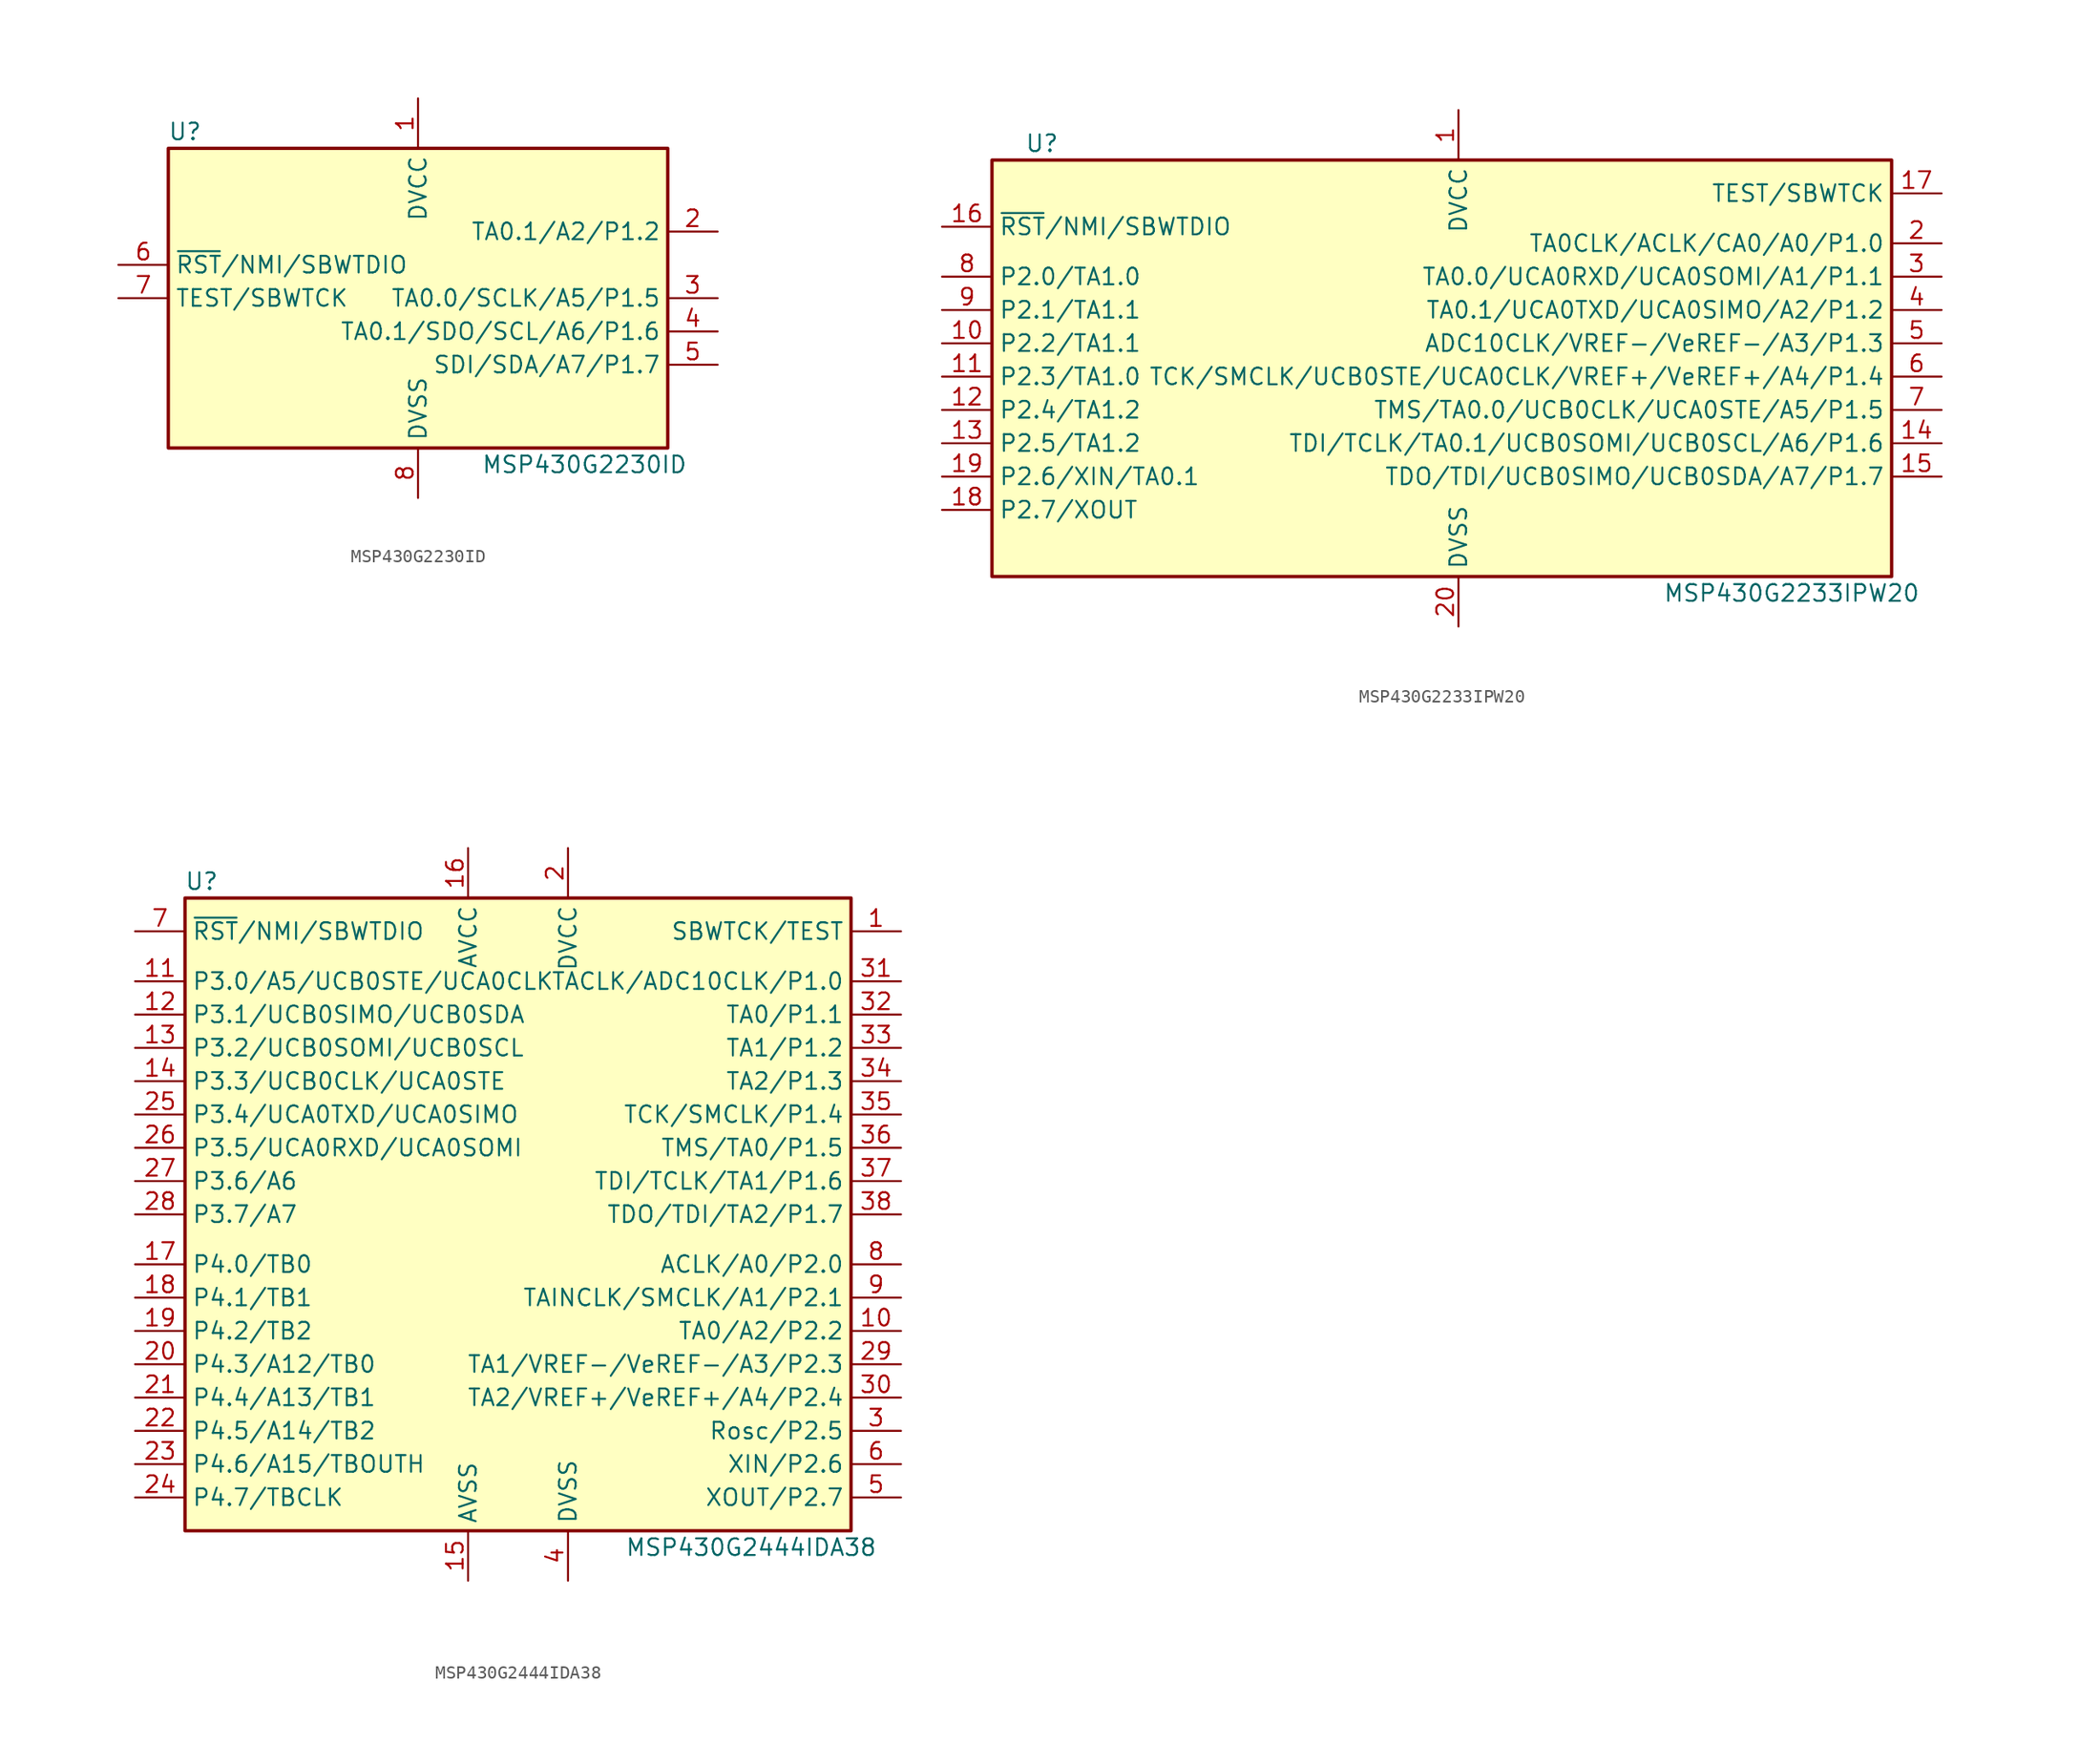
<source format=kicad_sym>
(kicad_symbol_lib
  (version 20201005)
  (generator kicad_symbol_editor)
  (symbol "MSP430G2230ID"
    (property "Reference" "U"
      (at -17.78 12.7 0)
      (effects (font (size 1.27 1.27))))
    (property "Value" "MSP430G2230ID"
      (at 12.7 -12.7 0)
      (effects (font (size 1.27 1.27))))
    (symbol "MSP430G2230ID_0_1"
      (rectangle (start -19.05 11.43) (end 19.05 -11.43) (stroke (width 0.254)) (fill (type background))))
    (symbol "MSP430G2230ID_1_1"
      (pin power_in line (at 0 15.24 270) (length 3.81) (name "DVCC" (effects (font (size 1.27 1.27)))) (number "1" (effects (font (size 1.27 1.27)))))
      (pin bidirectional line (at 22.86 5.08 180) (length 3.81) (name "TA0.1/A2/P1.2" (effects (font (size 1.27 1.27)))) (number "2" (effects (font (size 1.27 1.27)))))
      (pin bidirectional line (at 22.86 0 180) (length 3.81) (name "TA0.0/SCLK/A5/P1.5" (effects (font (size 1.27 1.27)))) (number "3" (effects (font (size 1.27 1.27)))))
      (pin bidirectional line (at 22.86 -2.54 180) (length 3.81) (name "TA0.1/SDO/SCL/A6/P1.6" (effects (font (size 1.27 1.27)))) (number "4" (effects (font (size 1.27 1.27)))))
      (pin bidirectional line (at 22.86 -5.08 180) (length 3.81) (name "SDI/SDA/A7/P1.7" (effects (font (size 1.27 1.27)))) (number "5" (effects (font (size 1.27 1.27)))))
      (pin input line (at -22.86 2.54 0) (length 3.81) (name "~RST~/NMI/SBWTDIO" (effects (font (size 1.27 1.27)))) (number "6" (effects (font (size 1.27 1.27)))))
      (pin input line (at -22.86 0 0) (length 3.81) (name "TEST/SBWTCK" (effects (font (size 1.27 1.27)))) (number "7" (effects (font (size 1.27 1.27)))))
      (pin power_in line (at 0 -15.24 90) (length 3.81) (name "DVSS" (effects (font (size 1.27 1.27)))) (number "8" (effects (font (size 1.27 1.27)))))))
  (symbol "MSP430G2233IPW20"
    (property "Reference" "U"
      (at -30.48 17.78 0)
      (effects (font (size 1.27 1.27))))
    (property "Value" "MSP430G2233IPW20"
      (at 26.67 -16.51 0)
      (effects (font (size 1.27 1.27))))
    (symbol "MSP430G2233IPW20_0_1"
      (rectangle (start -34.29 16.51) (end 34.29 -15.24) (stroke (width 0.254)) (fill (type background))))
    (symbol "MSP430G2233IPW20_1_1"
      (pin power_in line (at 1.27 20.32 270) (length 3.81) (name "DVCC" (effects (font (size 1.27 1.27)))) (number "1" (effects (font (size 1.27 1.27)))))
      (pin bidirectional line (at -38.1 2.54 0) (length 3.81) (name "P2.2/TA1.1" (effects (font (size 1.27 1.27)))) (number "10" (effects (font (size 1.27 1.27)))))
      (pin bidirectional line (at -38.1 0 0) (length 3.81) (name "P2.3/TA1.0" (effects (font (size 1.27 1.27)))) (number "11" (effects (font (size 1.27 1.27)))))
      (pin bidirectional line (at -38.1 -2.54 0) (length 3.81) (name "P2.4/TA1.2" (effects (font (size 1.27 1.27)))) (number "12" (effects (font (size 1.27 1.27)))))
      (pin bidirectional line (at -38.1 -5.08 0) (length 3.81) (name "P2.5/TA1.2" (effects (font (size 1.27 1.27)))) (number "13" (effects (font (size 1.27 1.27)))))
      (pin bidirectional line (at 38.1 -5.08 180) (length 3.81) (name "TDI/TCLK/TA0.1/UCB0SOMI/UCB0SCL/A6/P1.6" (effects (font (size 1.27 1.27)))) (number "14" (effects (font (size 1.27 1.27)))))
      (pin bidirectional line (at 38.1 -7.62 180) (length 3.81) (name "TDO/TDI/UCB0SIMO/UCB0SDA/A7/P1.7" (effects (font (size 1.27 1.27)))) (number "15" (effects (font (size 1.27 1.27)))))
      (pin input line (at -38.1 11.43 0) (length 3.81) (name "~RST~/NMI/SBWTDIO" (effects (font (size 1.27 1.27)))) (number "16" (effects (font (size 1.27 1.27)))))
      (pin input line (at 38.1 13.97 180) (length 3.81) (name "TEST/SBWTCK" (effects (font (size 1.27 1.27)))) (number "17" (effects (font (size 1.27 1.27)))))
      (pin bidirectional line (at -38.1 -10.16 0) (length 3.81) (name "P2.7/XOUT" (effects (font (size 1.27 1.27)))) (number "18" (effects (font (size 1.27 1.27)))))
      (pin bidirectional line (at -38.1 -7.62 0) (length 3.81) (name "P2.6/XIN/TA0.1" (effects (font (size 1.27 1.27)))) (number "19" (effects (font (size 1.27 1.27)))))
      (pin bidirectional line (at 38.1 10.16 180) (length 3.81) (name "TA0CLK/ACLK/CA0/A0/P1.0" (effects (font (size 1.27 1.27)))) (number "2" (effects (font (size 1.27 1.27)))))
      (pin power_in line (at 1.27 -19.05 90) (length 3.81) (name "DVSS" (effects (font (size 1.27 1.27)))) (number "20" (effects (font (size 1.27 1.27)))))
      (pin bidirectional line (at 38.1 7.62 180) (length 3.81) (name "TA0.0/UCA0RXD/UCA0SOMI/A1/P1.1" (effects (font (size 1.27 1.27)))) (number "3" (effects (font (size 1.27 1.27)))))
      (pin bidirectional line (at 38.1 5.08 180) (length 3.81) (name "TA0.1/UCA0TXD/UCA0SIMO/A2/P1.2" (effects (font (size 1.27 1.27)))) (number "4" (effects (font (size 1.27 1.27)))))
      (pin bidirectional line (at 38.1 2.54 180) (length 3.81) (name "ADC10CLK/VREF-/VeREF-/A3/P1.3" (effects (font (size 1.27 1.27)))) (number "5" (effects (font (size 1.27 1.27)))))
      (pin bidirectional line (at 38.1 0 180) (length 3.81) (name "TCK/SMCLK/UCB0STE/UCA0CLK/VREF+/VeREF+/A4/P1.4" (effects (font (size 1.27 1.27)))) (number "6" (effects (font (size 1.27 1.27)))))
      (pin bidirectional line (at 38.1 -2.54 180) (length 3.81) (name "TMS/TA0.0/UCB0CLK/UCA0STE/A5/P1.5" (effects (font (size 1.27 1.27)))) (number "7" (effects (font (size 1.27 1.27)))))
      (pin bidirectional line (at -38.1 7.62 0) (length 3.81) (name "P2.0/TA1.0" (effects (font (size 1.27 1.27)))) (number "8" (effects (font (size 1.27 1.27)))))
      (pin bidirectional line (at -38.1 5.08 0) (length 3.81) (name "P2.1/TA1.1" (effects (font (size 1.27 1.27)))) (number "9" (effects (font (size 1.27 1.27)))))))
  (symbol "MSP430G2444IDA38"
    (property "Reference" "U"
      (at -24.13 25.4 0)
      (effects (font (size 1.27 1.27))))
    (property "Value" "MSP430G2444IDA38"
      (at 17.78 -25.4 0)
      (effects (font (size 1.27 1.27))))
    (symbol "MSP430G2444IDA38_0_1"
      (rectangle (start -25.4 24.13) (end 25.4 -24.13) (stroke (width 0.254)) (fill (type background))))
    (symbol "MSP430G2444IDA38_1_1"
      (pin input line (at 29.21 21.59 180) (length 3.81) (name "SBWTCK/TEST" (effects (font (size 1.27 1.27)))) (number "1" (effects (font (size 1.27 1.27)))))
      (pin bidirectional line (at 29.21 -8.89 180) (length 3.81) (name "TA0/A2/P2.2" (effects (font (size 1.27 1.27)))) (number "10" (effects (font (size 1.27 1.27)))))
      (pin bidirectional line (at -29.21 17.78 0) (length 3.81) (name "P3.0/A5/UCB0STE/UCA0CLK" (effects (font (size 1.27 1.27)))) (number "11" (effects (font (size 1.27 1.27)))))
      (pin bidirectional line (at -29.21 15.24 0) (length 3.81) (name "P3.1/UCB0SIMO/UCB0SDA" (effects (font (size 1.27 1.27)))) (number "12" (effects (font (size 1.27 1.27)))))
      (pin bidirectional line (at -29.21 12.7 0) (length 3.81) (name "P3.2/UCB0SOMI/UCB0SCL" (effects (font (size 1.27 1.27)))) (number "13" (effects (font (size 1.27 1.27)))))
      (pin bidirectional line (at -29.21 10.16 0) (length 3.81) (name "P3.3/UCB0CLK/UCA0STE" (effects (font (size 1.27 1.27)))) (number "14" (effects (font (size 1.27 1.27)))))
      (pin power_in line (at -3.81 -27.94 90) (length 3.81) (name "AVSS" (effects (font (size 1.27 1.27)))) (number "15" (effects (font (size 1.27 1.27)))))
      (pin power_in line (at -3.81 27.94 270) (length 3.81) (name "AVCC" (effects (font (size 1.27 1.27)))) (number "16" (effects (font (size 1.27 1.27)))))
      (pin bidirectional line (at -29.21 -3.81 0) (length 3.81) (name "P4.0/TB0" (effects (font (size 1.27 1.27)))) (number "17" (effects (font (size 1.27 1.27)))))
      (pin bidirectional line (at -29.21 -6.35 0) (length 3.81) (name "P4.1/TB1" (effects (font (size 1.27 1.27)))) (number "18" (effects (font (size 1.27 1.27)))))
      (pin bidirectional line (at -29.21 -8.89 0) (length 3.81) (name "P4.2/TB2" (effects (font (size 1.27 1.27)))) (number "19" (effects (font (size 1.27 1.27)))))
      (pin power_in line (at 3.81 27.94 270) (length 3.81) (name "DVCC" (effects (font (size 1.27 1.27)))) (number "2" (effects (font (size 1.27 1.27)))))
      (pin bidirectional line (at -29.21 -11.43 0) (length 3.81) (name "P4.3/A12/TB0" (effects (font (size 1.27 1.27)))) (number "20" (effects (font (size 1.27 1.27)))))
      (pin bidirectional line (at -29.21 -13.97 0) (length 3.81) (name "P4.4/A13/TB1" (effects (font (size 1.27 1.27)))) (number "21" (effects (font (size 1.27 1.27)))))
      (pin bidirectional line (at -29.21 -16.51 0) (length 3.81) (name "P4.5/A14/TB2" (effects (font (size 1.27 1.27)))) (number "22" (effects (font (size 1.27 1.27)))))
      (pin bidirectional line (at -29.21 -19.05 0) (length 3.81) (name "P4.6/A15/TBOUTH" (effects (font (size 1.27 1.27)))) (number "23" (effects (font (size 1.27 1.27)))))
      (pin bidirectional line (at -29.21 -21.59 0) (length 3.81) (name "P4.7/TBCLK" (effects (font (size 1.27 1.27)))) (number "24" (effects (font (size 1.27 1.27)))))
      (pin bidirectional line (at -29.21 7.62 0) (length 3.81) (name "P3.4/UCA0TXD/UCA0SIMO" (effects (font (size 1.27 1.27)))) (number "25" (effects (font (size 1.27 1.27)))))
      (pin bidirectional line (at -29.21 5.08 0) (length 3.81) (name "P3.5/UCA0RXD/UCA0SOMI" (effects (font (size 1.27 1.27)))) (number "26" (effects (font (size 1.27 1.27)))))
      (pin bidirectional line (at -29.21 2.54 0) (length 3.81) (name "P3.6/A6" (effects (font (size 1.27 1.27)))) (number "27" (effects (font (size 1.27 1.27)))))
      (pin bidirectional line (at -29.21 0 0) (length 3.81) (name "P3.7/A7" (effects (font (size 1.27 1.27)))) (number "28" (effects (font (size 1.27 1.27)))))
      (pin bidirectional line (at 29.21 -11.43 180) (length 3.81) (name "TA1/VREF-/VeREF-/A3/P2.3" (effects (font (size 1.27 1.27)))) (number "29" (effects (font (size 1.27 1.27)))))
      (pin bidirectional line (at 29.21 -16.51 180) (length 3.81) (name "Rosc/P2.5" (effects (font (size 1.27 1.27)))) (number "3" (effects (font (size 1.27 1.27)))))
      (pin bidirectional line (at 29.21 -13.97 180) (length 3.81) (name "TA2/VREF+/VeREF+/A4/P2.4" (effects (font (size 1.27 1.27)))) (number "30" (effects (font (size 1.27 1.27)))))
      (pin bidirectional line (at 29.21 17.78 180) (length 3.81) (name "TACLK/ADC10CLK/P1.0" (effects (font (size 1.27 1.27)))) (number "31" (effects (font (size 1.27 1.27)))))
      (pin bidirectional line (at 29.21 15.24 180) (length 3.81) (name "TA0/P1.1" (effects (font (size 1.27 1.27)))) (number "32" (effects (font (size 1.27 1.27)))))
      (pin bidirectional line (at 29.21 12.7 180) (length 3.81) (name "TA1/P1.2" (effects (font (size 1.27 1.27)))) (number "33" (effects (font (size 1.27 1.27)))))
      (pin bidirectional line (at 29.21 10.16 180) (length 3.81) (name "TA2/P1.3" (effects (font (size 1.27 1.27)))) (number "34" (effects (font (size 1.27 1.27)))))
      (pin bidirectional line (at 29.21 7.62 180) (length 3.81) (name "TCK/SMCLK/P1.4" (effects (font (size 1.27 1.27)))) (number "35" (effects (font (size 1.27 1.27)))))
      (pin bidirectional line (at 29.21 5.08 180) (length 3.81) (name "TMS/TA0/P1.5" (effects (font (size 1.27 1.27)))) (number "36" (effects (font (size 1.27 1.27)))))
      (pin bidirectional line (at 29.21 2.54 180) (length 3.81) (name "TDI/TCLK/TA1/P1.6" (effects (font (size 1.27 1.27)))) (number "37" (effects (font (size 1.27 1.27)))))
      (pin bidirectional line (at 29.21 0 180) (length 3.81) (name "TDO/TDI/TA2/P1.7" (effects (font (size 1.27 1.27)))) (number "38" (effects (font (size 1.27 1.27)))))
      (pin power_in line (at 3.81 -27.94 90) (length 3.81) (name "DVSS" (effects (font (size 1.27 1.27)))) (number "4" (effects (font (size 1.27 1.27)))))
      (pin bidirectional line (at 29.21 -21.59 180) (length 3.81) (name "XOUT/P2.7" (effects (font (size 1.27 1.27)))) (number "5" (effects (font (size 1.27 1.27)))))
      (pin bidirectional line (at 29.21 -19.05 180) (length 3.81) (name "XIN/P2.6" (effects (font (size 1.27 1.27)))) (number "6" (effects (font (size 1.27 1.27)))))
      (pin input line (at -29.21 21.59 0) (length 3.81) (name "~RST~/NMI/SBWTDIO" (effects (font (size 1.27 1.27)))) (number "7" (effects (font (size 1.27 1.27)))))
      (pin bidirectional line (at 29.21 -3.81 180) (length 3.81) (name "ACLK/A0/P2.0" (effects (font (size 1.27 1.27)))) (number "8" (effects (font (size 1.27 1.27)))))
      (pin bidirectional line (at 29.21 -6.35 180) (length 3.81) (name "TAINCLK/SMCLK/A1/P2.1" (effects (font (size 1.27 1.27)))) (number "9" (effects (font (size 1.27 1.27))))))))
</source>
